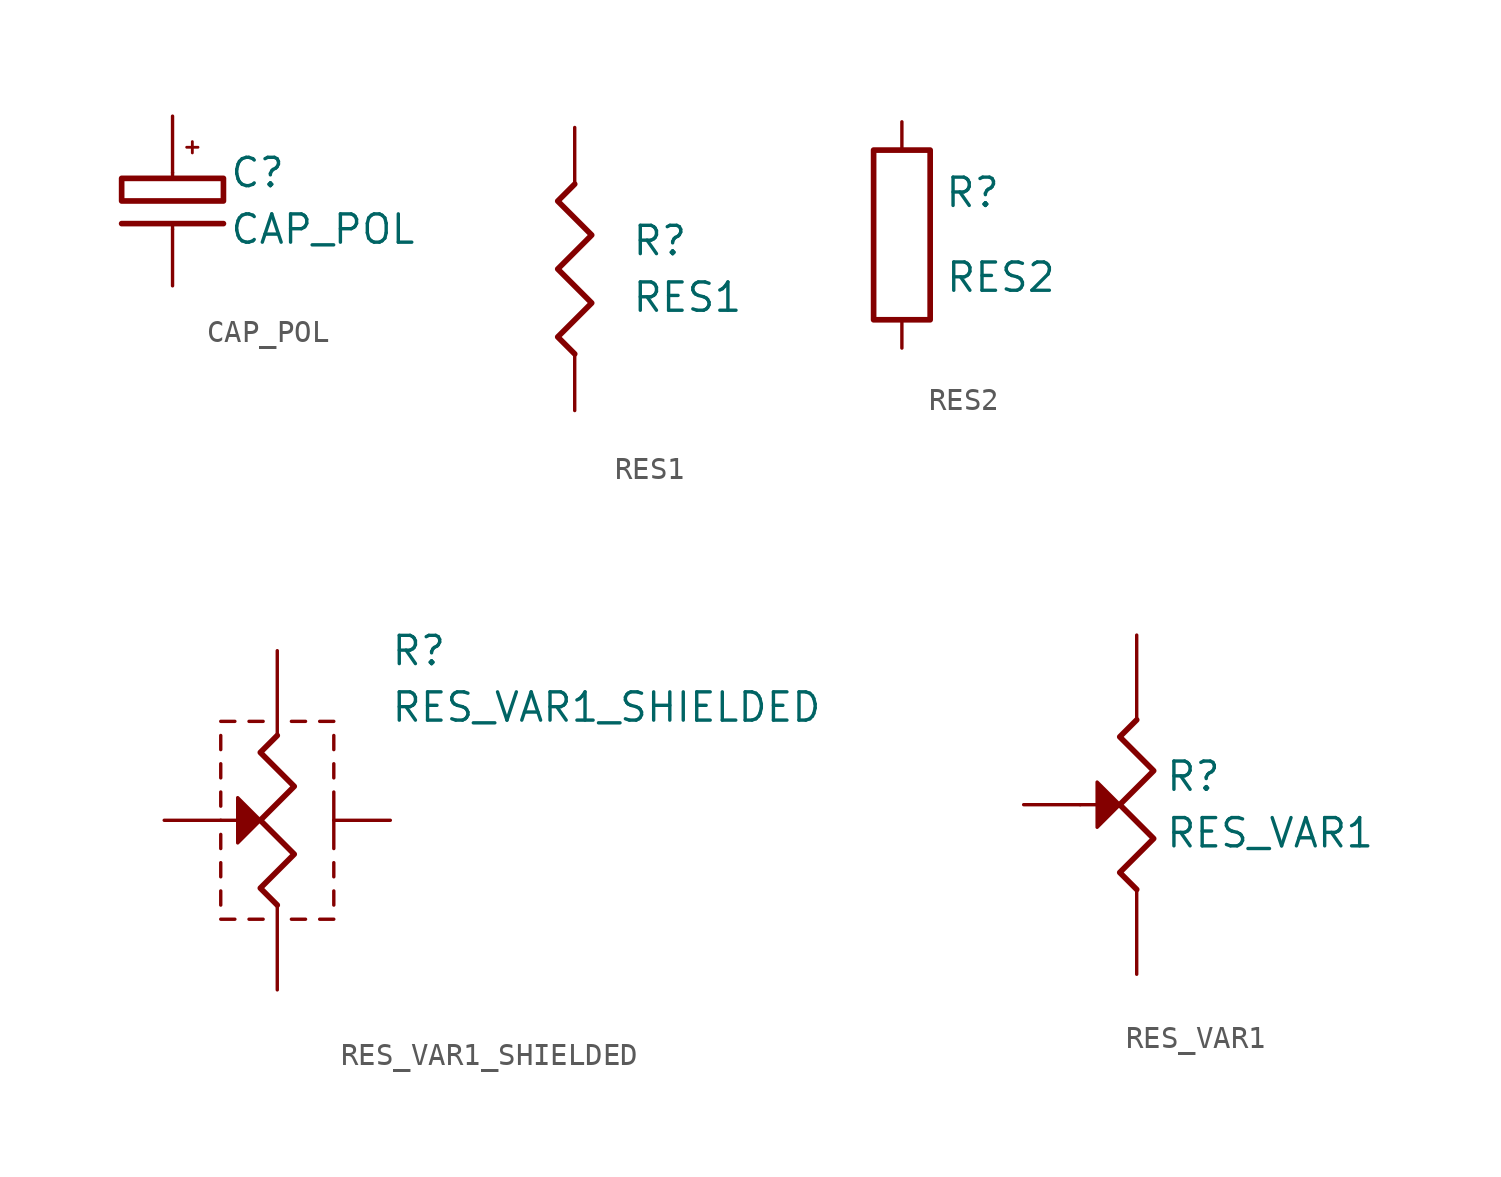
<source format=kicad_sym>
(kicad_symbol_lib
  (version 20211014)
  (generator kicad_symbol_editor)
  (symbol "CAP_POL"
    (pin_numbers hide)
    (pin_names
      (offset 0) hide)
    (property "Reference" "C"
      (at 2.54 0 0)
      (effects (font (size 1.27 1.27)) (justify left)))
    (property "Value" "CAP_POL"
      (at 2.54 -2.54 0)
      (effects (font (size 1.27 1.27)) (justify left)))
    (symbol "CAP_POL_0_1"
      (rectangle (start -2.286 -1.27) (end 2.286 -0.254) (stroke (width 0.254) (type default) (color 0 0 0 0)) (fill (type none)))
      (polyline (pts (xy -2.286 -2.286) (xy 2.286 -2.286)) (stroke (width 0.254) (type default) (color 0 0 0 0)) (fill (type none)))
      (polyline (pts (xy 0 -2.54) (xy 0 -2.286)) (stroke (width 0.152) (type default) (color 0 0 0 0)) (fill (type none)))
      (polyline (pts (xy 0 0) (xy 0 -0.254)) (stroke (width 0.152) (type default) (color 0 0 0 0)) (fill (type none)))
      (polyline (pts (xy 0.889 1.397) (xy 0.889 0.889)) (stroke (width 0.127) (type default) (color 0 0 0 0)) (fill (type none)))
      (polyline (pts (xy 1.143 1.143) (xy 0.635 1.143)) (stroke (width 0.127) (type default) (color 0 0 0 0)) (fill (type none))))
    (symbol "CAP_POL_1_1"
      (pin passive line (at 0 2.54 270) (length 2.54) (name "~" (effects (font (size 1.27 1.27)))) (number "1" (effects (font (size 1.27 1.27)))))
      (pin passive line (at 0 -5.08 90) (length 2.54) (name "~" (effects (font (size 1.27 1.27)))) (number "2" (effects (font (size 1.27 1.27)))))))
  (symbol "RES1"
    (pin_numbers hide)
    (pin_names
      (offset 0) hide)
    (property "Reference" "R"
      (at 2.54 2.54 0)
      (effects (font (size 1.27 1.27)) (justify left)))
    (property "Value" "RES1"
      (at 2.54 0 0)
      (effects (font (size 1.27 1.27)) (justify left)))
    (symbol "RES1_0_1"
      (polyline (pts (xy 0 5.08) (xy -0.762 4.318) (xy 0.762 2.794) (xy -0.762 1.27) (xy 0.762 -0.254) (xy -0.762 -1.778) (xy 0 -2.54)) (stroke (width 0.254) (type default) (color 0 0 0 0)) (fill (type none))))
    (symbol "RES1_1_1"
      (pin passive line (at 0 7.62 270) (length 2.54) (name "~" (effects (font (size 1.27 1.27)))) (number "1" (effects (font (size 1.27 1.27)))))
      (pin passive line (at 0 -5.08 90) (length 2.54) (name "~" (effects (font (size 1.27 1.27)))) (number "2" (effects (font (size 1.27 1.27)))))))
  (symbol "RES2"
    (pin_numbers hide)
    (pin_names
      (offset 0))
    (property "Reference" "R"
      (at 3.175 1.905 0)
      (effects (font (size 1.27 1.27))))
    (property "Value" "RES2"
      (at 4.445 -1.905 0)
      (effects (font (size 1.27 1.27))))
    (symbol "RES2_0_1"
      (rectangle (start -1.27 3.81) (end 1.27 -3.81) (stroke (width 0.254) (type default) (color 0 0 0 0)) (fill (type none))))
    (symbol "RES2_1_1"
      (pin passive line (at 0 5.08 270) (length 1.27) (name "~" (effects (font (size 1.27 1.27)))) (number "1" (effects (font (size 1.27 1.27)))))
      (pin passive line (at 0 -5.08 90) (length 1.27) (name "~" (effects (font (size 1.27 1.27)))) (number "2" (effects (font (size 1.27 1.27)))))))
  (symbol "RES_VAR1_SHIELDED"
    (pin_numbers hide)
    (pin_names
      (offset 0) hide)
    (property "Reference" "R"
      (at 5.08 7.62 0)
      (effects (font (size 1.27 1.27)) (justify left)))
    (property "Value" "RES_VAR1_SHIELDED"
      (at 5.08 5.08 0)
      (effects (font (size 1.27 1.27)) (justify left)))
    (symbol "RES_VAR1_SHIELDED_0_1"
      (polyline (pts (xy -2.54 0) (xy -1.778 0)) (stroke (width 0) (type default) (color 0 0 0 0)) (fill (type none)))
      (polyline (pts (xy -2.54 0.635) (xy -2.54 1.27)) (stroke (width 0) (type default) (color 0 0 0 0)) (fill (type none)))
      (polyline (pts (xy -2.54 1.905) (xy -2.54 2.54)) (stroke (width 0) (type default) (color 0 0 0 0)) (fill (type none)))
      (polyline (pts (xy -2.54 3.175) (xy -2.54 3.81)) (stroke (width 0) (type default) (color 0 0 0 0)) (fill (type none)))
      (polyline (pts (xy -2.54 4.445) (xy -1.905 4.445)) (stroke (width 0) (type default) (color 0 0 0 0)) (fill (type none)))
      (polyline (pts (xy -1.27 4.445) (xy -0.635 4.445)) (stroke (width 0) (type default) (color 0 0 0 0)) (fill (type none)))
      (polyline (pts (xy 0.635 4.445) (xy 1.27 4.445)) (stroke (width 0) (type default) (color 0 0 0 0)) (fill (type none)))
      (polyline (pts (xy 1.905 4.445) (xy 2.54 4.445)) (stroke (width 0) (type default) (color 0 0 0 0)) (fill (type none)))
      (polyline (pts (xy 2.54 -1.27) (xy 2.54 1.27)) (stroke (width 0) (type default) (color 0 0 0 0)) (fill (type none)))
      (polyline (pts (xy 2.54 1.905) (xy 2.54 2.54)) (stroke (width 0) (type default) (color 0 0 0 0)) (fill (type none)))
      (polyline (pts (xy 2.54 3.81) (xy 2.54 3.175)) (stroke (width 0) (type default) (color 0 0 0 0)) (fill (type none)))
      (polyline (pts (xy -0.762 0) (xy -1.778 -1.016) (xy -1.778 1.016) (xy -0.762 0)) (stroke (width 0) (type default) (color 0 0 0 0)) (fill (type outline)))
      (polyline (pts (xy 0 3.81) (xy -0.762 3.048) (xy 0.762 1.524) (xy -0.762 0) (xy 0.762 -1.524) (xy -0.762 -3.048) (xy 0 -3.81)) (stroke (width 0.254) (type default) (color 0 0 0 0)) (fill (type none))))
    (symbol "RES_VAR1_SHIELDED_1_1"
      (polyline (pts (xy -2.54 -4.445) (xy -1.905 -4.445)) (stroke (width 0) (type default) (color 0 0 0 0)) (fill (type none)))
      (polyline (pts (xy -2.54 -3.81) (xy -2.54 -3.175)) (stroke (width 0) (type default) (color 0 0 0 0)) (fill (type none)))
      (polyline (pts (xy -2.54 -2.54) (xy -2.54 -1.905)) (stroke (width 0) (type default) (color 0 0 0 0)) (fill (type none)))
      (polyline (pts (xy -2.54 -1.27) (xy -2.54 -0.635)) (stroke (width 0) (type default) (color 0 0 0 0)) (fill (type none)))
      (polyline (pts (xy -1.27 -4.445) (xy -0.635 -4.445)) (stroke (width 0) (type default) (color 0 0 0 0)) (fill (type none)))
      (polyline (pts (xy 0.635 -4.445) (xy 1.27 -4.445)) (stroke (width 0) (type default) (color 0 0 0 0)) (fill (type none)))
      (polyline (pts (xy 1.905 -4.445) (xy 2.54 -4.445)) (stroke (width 0) (type default) (color 0 0 0 0)) (fill (type none)))
      (polyline (pts (xy 2.54 -3.81) (xy 2.54 -3.175)) (stroke (width 0) (type default) (color 0 0 0 0)) (fill (type none)))
      (polyline (pts (xy 2.54 -2.54) (xy 2.54 -1.905)) (stroke (width 0) (type default) (color 0 0 0 0)) (fill (type none)))
      (pin passive line (at 0 7.62 270) (length 3.81) (name "~" (effects (font (size 1.27 1.27)))) (number "1" (effects (font (size 1.27 1.27)))))
      (pin passive line (at 0 -7.62 90) (length 3.81) (name "~" (effects (font (size 1.27 1.27)))) (number "2" (effects (font (size 1.27 1.27)))))
      (pin passive line (at -5.08 0 0) (length 2.54) (name "~" (effects (font (size 1.27 1.27)))) (number "3" (effects (font (size 1.27 1.27)))))
      (pin input line (at 5.08 0 180) (length 2.54) (name "SH" (effects (font (size 1.27 1.27)))) (number "4" (effects (font (size 1.27 1.27)))))))
  (symbol "RES_VAR1"
    (pin_numbers hide)
    (pin_names
      (offset 0) hide)
    (property "Reference" "R"
      (at 1.27 1.27 0)
      (effects (font (size 1.27 1.27)) (justify left)))
    (property "Value" "RES_VAR1"
      (at 1.27 -1.27 0)
      (effects (font (size 1.27 1.27)) (justify left)))
    (symbol "RES_VAR1_0_1"
      (polyline (pts (xy -2.54 0) (xy -1.778 0)) (stroke (width 0) (type default) (color 0 0 0 0)) (fill (type none)))
      (polyline (pts (xy -0.762 0) (xy -1.778 -1.016) (xy -1.778 1.016) (xy -0.762 0)) (stroke (width 0) (type default) (color 0 0 0 0)) (fill (type outline)))
      (polyline (pts (xy 0 3.81) (xy -0.762 3.048) (xy 0.762 1.524) (xy -0.762 0) (xy 0.762 -1.524) (xy -0.762 -3.048) (xy 0 -3.81)) (stroke (width 0.254) (type default) (color 0 0 0 0)) (fill (type none))))
    (symbol "RES_VAR1_1_1"
      (pin passive line (at 0 7.62 270) (length 3.81) (name "~" (effects (font (size 1.27 1.27)))) (number "1" (effects (font (size 1.27 1.27)))))
      (pin passive line (at 0 -7.62 90) (length 3.81) (name "~" (effects (font (size 1.27 1.27)))) (number "2" (effects (font (size 1.27 1.27)))))
      (pin passive line (at -5.08 0 0) (length 2.54) (name "~" (effects (font (size 1.27 1.27)))) (number "3" (effects (font (size 1.27 1.27))))))))
</source>
